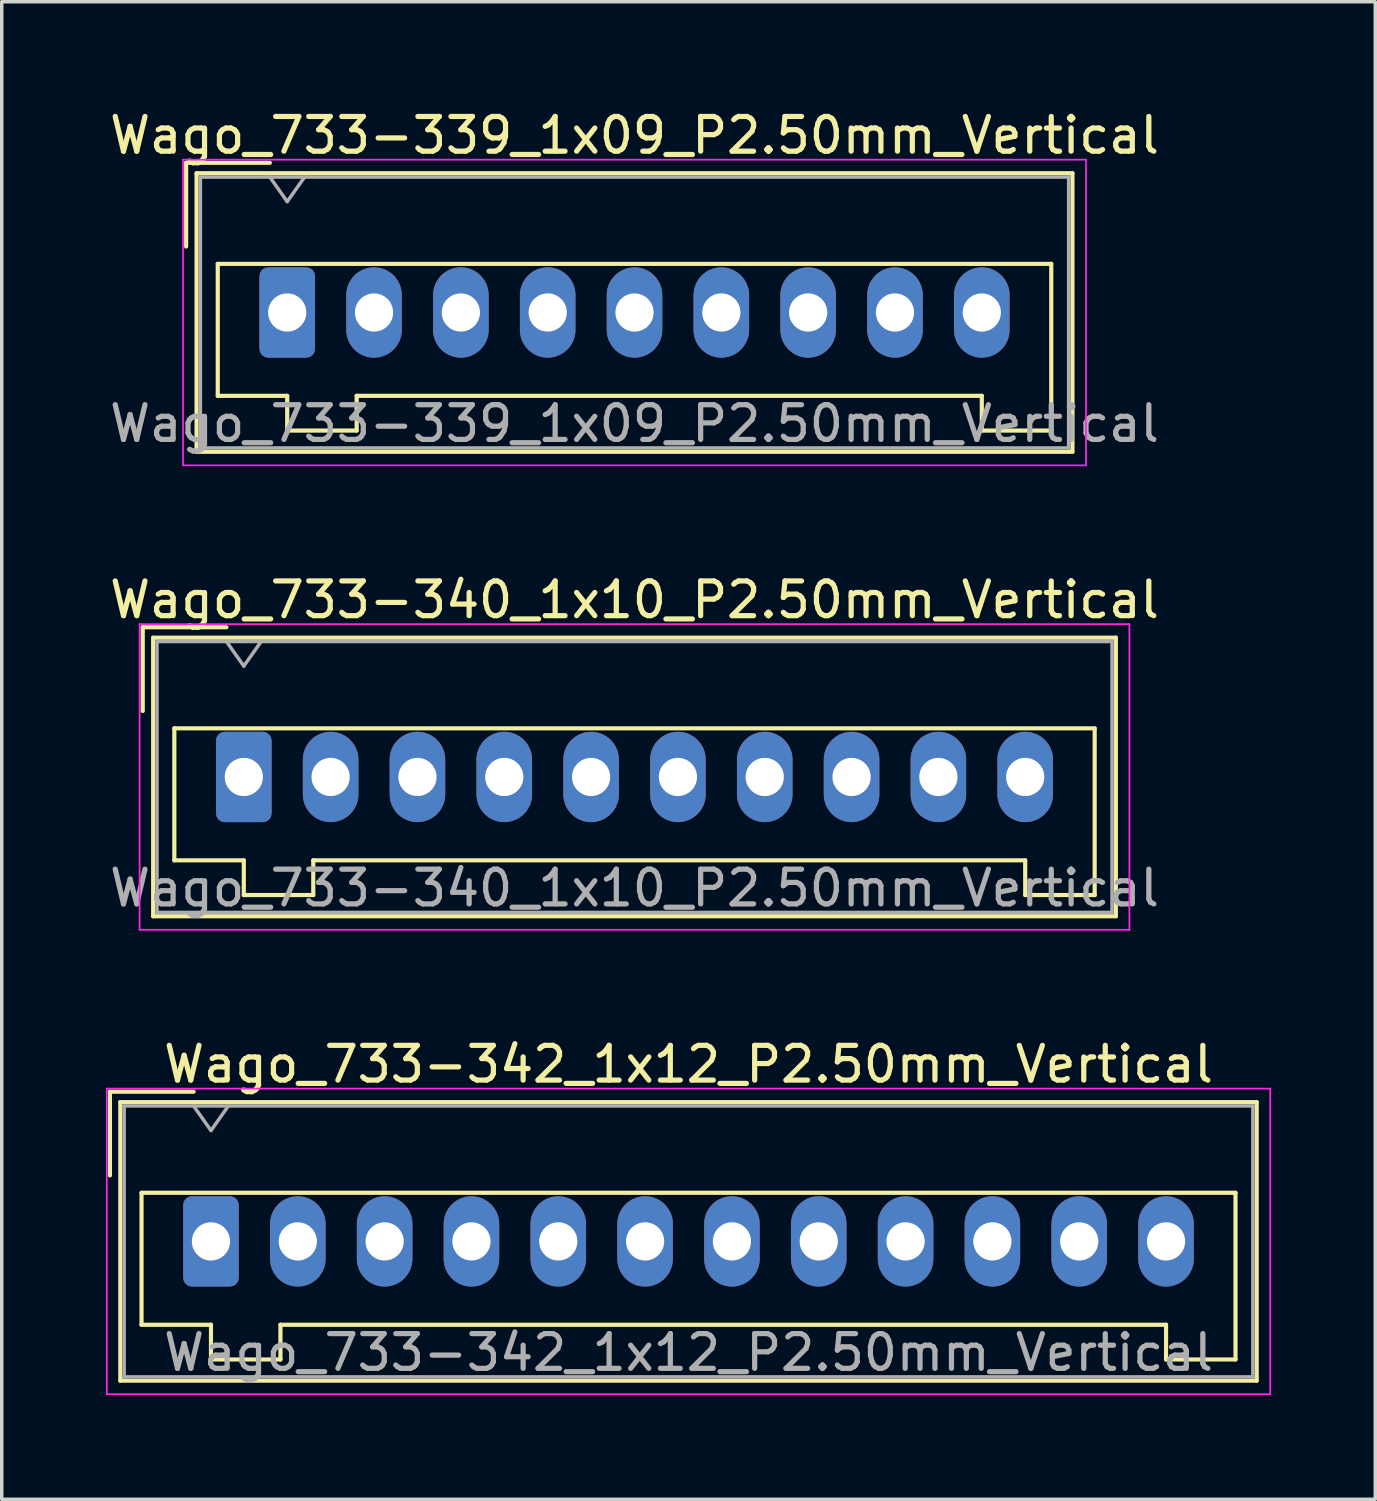
<source format=kicad_pcb>
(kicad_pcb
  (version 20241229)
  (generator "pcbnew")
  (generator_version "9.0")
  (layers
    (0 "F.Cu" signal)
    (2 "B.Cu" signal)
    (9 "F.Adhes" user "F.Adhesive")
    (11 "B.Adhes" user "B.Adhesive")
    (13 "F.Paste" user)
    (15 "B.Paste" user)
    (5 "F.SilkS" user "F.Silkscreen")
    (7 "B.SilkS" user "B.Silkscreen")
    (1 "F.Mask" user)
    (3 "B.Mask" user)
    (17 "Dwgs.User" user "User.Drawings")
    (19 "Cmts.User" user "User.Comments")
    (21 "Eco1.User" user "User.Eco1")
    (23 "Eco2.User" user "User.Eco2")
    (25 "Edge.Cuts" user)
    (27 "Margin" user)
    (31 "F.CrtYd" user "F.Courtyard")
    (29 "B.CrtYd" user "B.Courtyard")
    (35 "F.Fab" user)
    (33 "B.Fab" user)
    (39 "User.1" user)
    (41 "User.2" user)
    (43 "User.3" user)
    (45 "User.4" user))
  (footprint "Wago_733-342_1x12_P2.50mm_Vertical"
    (layer "F.Cu")
    (at 3.025 32.695)
    (property "Reference" "Wago_733-342_1x12_P2.50mm_Vertical" (at 13.75 -5.1 0) (layer "F.SilkS") (effects (font (size 1 1) (thickness 0.15))))
    (attr through_hole)
    (fp_line (start -2.91 -4.31) (end -0.5 -4.31) (stroke (width 0.12) (type solid)) (layer "F.SilkS"))
    (fp_line (start -2.91 -1.9) (end -2.91 -4.31) (stroke (width 0.12) (type solid)) (layer "F.SilkS"))
    (fp_line (start -2.61 -4.01) (end -2.61 4.01) (stroke (width 0.12) (type solid)) (layer "F.SilkS"))
    (fp_line (start -2.61 4.01) (end 30.11 4.01) (stroke (width 0.12) (type solid)) (layer "F.SilkS"))
    (fp_line (start -2 -1.4) (end -2 2.4) (stroke (width 0.12) (type solid)) (layer "F.SilkS"))
    (fp_line (start -2 2.4) (end 0 2.4) (stroke (width 0.12) (type solid)) (layer "F.SilkS"))
    (fp_line (start 0 2.4) (end 0 3.4) (stroke (width 0.12) (type solid)) (layer "F.SilkS"))
    (fp_line (start 0 3.4) (end 2 3.4) (stroke (width 0.12) (type solid)) (layer "F.SilkS"))
    (fp_line (start 2 2.4) (end 27.5 2.4) (stroke (width 0.12) (type solid)) (layer "F.SilkS"))
    (fp_line (start 2 3.4) (end 2 2.4) (stroke (width 0.12) (type solid)) (layer "F.SilkS"))
    (fp_line (start 27.5 2.4) (end 27.5 3.4) (stroke (width 0.12) (type solid)) (layer "F.SilkS"))
    (fp_line (start 27.5 3.4) (end 29.5 3.4) (stroke (width 0.12) (type solid)) (layer "F.SilkS"))
    (fp_line (start 29.5 -1.4) (end -2 -1.4) (stroke (width 0.12) (type solid)) (layer "F.SilkS"))
    (fp_line (start 29.5 3.4) (end 29.5 -1.4) (stroke (width 0.12) (type solid)) (layer "F.SilkS"))
    (fp_line (start 30.11 -4.01) (end -2.61 -4.01) (stroke (width 0.12) (type solid)) (layer "F.SilkS"))
    (fp_line (start 30.11 4.01) (end 30.11 -4.01) (stroke (width 0.12) (type solid)) (layer "F.SilkS"))
    (fp_line (start -3 -4.4) (end -3 4.4) (stroke (width 0.05) (type solid)) (layer "F.CrtYd"))
    (fp_line (start -3 4.4) (end 30.5 4.4) (stroke (width 0.05) (type solid)) (layer "F.CrtYd"))
    (fp_line (start 30.5 -4.4) (end -3 -4.4) (stroke (width 0.05) (type solid)) (layer "F.CrtYd"))
    (fp_line (start 30.5 4.4) (end 30.5 -4.4) (stroke (width 0.05) (type solid)) (layer "F.CrtYd"))
    (fp_line (start -2.5 -3.9) (end -2.5 3.9) (stroke (width 0.1) (type solid)) (layer "F.Fab"))
    (fp_line (start -2.5 3.9) (end 30 3.9) (stroke (width 0.1) (type solid)) (layer "F.Fab"))
    (fp_line (start -0.5 -3.9) (end 0 -3.193) (stroke (width 0.1) (type solid)) (layer "F.Fab"))
    (fp_line (start 0 -3.193) (end 0.5 -3.9) (stroke (width 0.1) (type solid)) (layer "F.Fab"))
    (fp_line (start 30 -3.9) (end -2.5 -3.9) (stroke (width 0.1) (type solid)) (layer "F.Fab"))
    (fp_line (start 30 3.9) (end 30 -3.9) (stroke (width 0.1) (type solid)) (layer "F.Fab"))
    (fp_text user "${REFERENCE}" (at 13.75 3.2 0) (layer "F.Fab") (effects (font (size 1 1) (thickness 0.15))))
    (pad "1" thru_hole roundrect (at 0 0) (size 1.6 2.6) (drill 1.1) (layers "*.Cu" "*.Mask") (roundrect_rratio 0.156))
    (pad "2" thru_hole oval (at 2.5 0) (size 1.6 2.6) (drill 1.1) (layers "*.Cu" "*.Mask"))
    (pad "3" thru_hole oval (at 5 0) (size 1.6 2.6) (drill 1.1) (layers "*.Cu" "*.Mask"))
    (pad "4" thru_hole oval (at 7.5 0) (size 1.6 2.6) (drill 1.1) (layers "*.Cu" "*.Mask"))
    (pad "5" thru_hole oval (at 10 0) (size 1.6 2.6) (drill 1.1) (layers "*.Cu" "*.Mask"))
    (pad "6" thru_hole oval (at 12.5 0) (size 1.6 2.6) (drill 1.1) (layers "*.Cu" "*.Mask"))
    (pad "7" thru_hole oval (at 15 0) (size 1.6 2.6) (drill 1.1) (layers "*.Cu" "*.Mask"))
    (pad "8" thru_hole oval (at 17.5 0) (size 1.6 2.6) (drill 1.1) (layers "*.Cu" "*.Mask"))
    (pad "9" thru_hole oval (at 20 0) (size 1.6 2.6) (drill 1.1) (layers "*.Cu" "*.Mask"))
    (pad "10" thru_hole oval (at 22.5 0) (size 1.6 2.6) (drill 1.1) (layers "*.Cu" "*.Mask"))
    (pad "11" thru_hole oval (at 25 0) (size 1.6 2.6) (drill 1.1) (layers "*.Cu" "*.Mask"))
    (pad "12" thru_hole oval (at 27.5 0) (size 1.6 2.6) (drill 1.1) (layers "*.Cu" "*.Mask")))
  (footprint "Wago_733-339_1x09_P2.50mm_Vertical"
    (layer "F.Cu")
    (at 5.22 5.948)
    (property "Reference" "Wago_733-339_1x09_P2.50mm_Vertical" (at 10 -5.1 0) (layer "F.SilkS") (effects (font (size 1 1) (thickness 0.15))))
    (attr through_hole)
    (fp_line (start -2.91 -4.31) (end -0.5 -4.31) (stroke (width 0.12) (type solid)) (layer "F.SilkS"))
    (fp_line (start -2.91 -1.9) (end -2.91 -4.31) (stroke (width 0.12) (type solid)) (layer "F.SilkS"))
    (fp_line (start -2.61 -4.01) (end -2.61 4.01) (stroke (width 0.12) (type solid)) (layer "F.SilkS"))
    (fp_line (start -2.61 4.01) (end 22.61 4.01) (stroke (width 0.12) (type solid)) (layer "F.SilkS"))
    (fp_line (start -2 -1.4) (end -2 2.4) (stroke (width 0.12) (type solid)) (layer "F.SilkS"))
    (fp_line (start -2 2.4) (end 0 2.4) (stroke (width 0.12) (type solid)) (layer "F.SilkS"))
    (fp_line (start 0 2.4) (end 0 3.4) (stroke (width 0.12) (type solid)) (layer "F.SilkS"))
    (fp_line (start 0 3.4) (end 2 3.4) (stroke (width 0.12) (type solid)) (layer "F.SilkS"))
    (fp_line (start 2 2.4) (end 20 2.4) (stroke (width 0.12) (type solid)) (layer "F.SilkS"))
    (fp_line (start 2 3.4) (end 2 2.4) (stroke (width 0.12) (type solid)) (layer "F.SilkS"))
    (fp_line (start 20 2.4) (end 20 3.4) (stroke (width 0.12) (type solid)) (layer "F.SilkS"))
    (fp_line (start 20 3.4) (end 22 3.4) (stroke (width 0.12) (type solid)) (layer "F.SilkS"))
    (fp_line (start 22 -1.4) (end -2 -1.4) (stroke (width 0.12) (type solid)) (layer "F.SilkS"))
    (fp_line (start 22 3.4) (end 22 -1.4) (stroke (width 0.12) (type solid)) (layer "F.SilkS"))
    (fp_line (start 22.61 -4.01) (end -2.61 -4.01) (stroke (width 0.12) (type solid)) (layer "F.SilkS"))
    (fp_line (start 22.61 4.01) (end 22.61 -4.01) (stroke (width 0.12) (type solid)) (layer "F.SilkS"))
    (fp_line (start -3 -4.4) (end -3 4.4) (stroke (width 0.05) (type solid)) (layer "F.CrtYd"))
    (fp_line (start -3 4.4) (end 23 4.4) (stroke (width 0.05) (type solid)) (layer "F.CrtYd"))
    (fp_line (start 23 -4.4) (end -3 -4.4) (stroke (width 0.05) (type solid)) (layer "F.CrtYd"))
    (fp_line (start 23 4.4) (end 23 -4.4) (stroke (width 0.05) (type solid)) (layer "F.CrtYd"))
    (fp_line (start -2.5 -3.9) (end -2.5 3.9) (stroke (width 0.1) (type solid)) (layer "F.Fab"))
    (fp_line (start -2.5 3.9) (end 22.5 3.9) (stroke (width 0.1) (type solid)) (layer "F.Fab"))
    (fp_line (start -0.5 -3.9) (end 0 -3.193) (stroke (width 0.1) (type solid)) (layer "F.Fab"))
    (fp_line (start 0 -3.193) (end 0.5 -3.9) (stroke (width 0.1) (type solid)) (layer "F.Fab"))
    (fp_line (start 22.5 -3.9) (end -2.5 -3.9) (stroke (width 0.1) (type solid)) (layer "F.Fab"))
    (fp_line (start 22.5 3.9) (end 22.5 -3.9) (stroke (width 0.1) (type solid)) (layer "F.Fab"))
    (fp_text user "${REFERENCE}" (at 10 3.2 0) (layer "F.Fab") (effects (font (size 1 1) (thickness 0.15))))
    (pad "1" thru_hole roundrect (at 0 0) (size 1.6 2.6) (drill 1.1) (layers "*.Cu" "*.Mask") (roundrect_rratio 0.156))
    (pad "2" thru_hole oval (at 2.5 0) (size 1.6 2.6) (drill 1.1) (layers "*.Cu" "*.Mask"))
    (pad "3" thru_hole oval (at 5 0) (size 1.6 2.6) (drill 1.1) (layers "*.Cu" "*.Mask"))
    (pad "4" thru_hole oval (at 7.5 0) (size 1.6 2.6) (drill 1.1) (layers "*.Cu" "*.Mask"))
    (pad "5" thru_hole oval (at 10 0) (size 1.6 2.6) (drill 1.1) (layers "*.Cu" "*.Mask"))
    (pad "6" thru_hole oval (at 12.5 0) (size 1.6 2.6) (drill 1.1) (layers "*.Cu" "*.Mask"))
    (pad "7" thru_hole oval (at 15 0) (size 1.6 2.6) (drill 1.1) (layers "*.Cu" "*.Mask"))
    (pad "8" thru_hole oval (at 17.5 0) (size 1.6 2.6) (drill 1.1) (layers "*.Cu" "*.Mask"))
    (pad "9" thru_hole oval (at 20 0) (size 1.6 2.6) (drill 1.1) (layers "*.Cu" "*.Mask")))
  (footprint "Wago_733-340_1x10_P2.50mm_Vertical"
    (layer "F.Cu")
    (at 3.97 19.322)
    (property "Reference" "Wago_733-340_1x10_P2.50mm_Vertical" (at 11.25 -5.1 0) (layer "F.SilkS") (effects (font (size 1 1) (thickness 0.15))))
    (attr through_hole)
    (fp_line (start -2.91 -4.31) (end -0.5 -4.31) (stroke (width 0.12) (type solid)) (layer "F.SilkS"))
    (fp_line (start -2.91 -1.9) (end -2.91 -4.31) (stroke (width 0.12) (type solid)) (layer "F.SilkS"))
    (fp_line (start -2.61 -4.01) (end -2.61 4.01) (stroke (width 0.12) (type solid)) (layer "F.SilkS"))
    (fp_line (start -2.61 4.01) (end 25.11 4.01) (stroke (width 0.12) (type solid)) (layer "F.SilkS"))
    (fp_line (start -2 -1.4) (end -2 2.4) (stroke (width 0.12) (type solid)) (layer "F.SilkS"))
    (fp_line (start -2 2.4) (end 0 2.4) (stroke (width 0.12) (type solid)) (layer "F.SilkS"))
    (fp_line (start 0 2.4) (end 0 3.4) (stroke (width 0.12) (type solid)) (layer "F.SilkS"))
    (fp_line (start 0 3.4) (end 2 3.4) (stroke (width 0.12) (type solid)) (layer "F.SilkS"))
    (fp_line (start 2 2.4) (end 22.5 2.4) (stroke (width 0.12) (type solid)) (layer "F.SilkS"))
    (fp_line (start 2 3.4) (end 2 2.4) (stroke (width 0.12) (type solid)) (layer "F.SilkS"))
    (fp_line (start 22.5 2.4) (end 22.5 3.4) (stroke (width 0.12) (type solid)) (layer "F.SilkS"))
    (fp_line (start 22.5 3.4) (end 24.5 3.4) (stroke (width 0.12) (type solid)) (layer "F.SilkS"))
    (fp_line (start 24.5 -1.4) (end -2 -1.4) (stroke (width 0.12) (type solid)) (layer "F.SilkS"))
    (fp_line (start 24.5 3.4) (end 24.5 -1.4) (stroke (width 0.12) (type solid)) (layer "F.SilkS"))
    (fp_line (start 25.11 -4.01) (end -2.61 -4.01) (stroke (width 0.12) (type solid)) (layer "F.SilkS"))
    (fp_line (start 25.11 4.01) (end 25.11 -4.01) (stroke (width 0.12) (type solid)) (layer "F.SilkS"))
    (fp_line (start -3 -4.4) (end -3 4.4) (stroke (width 0.05) (type solid)) (layer "F.CrtYd"))
    (fp_line (start -3 4.4) (end 25.5 4.4) (stroke (width 0.05) (type solid)) (layer "F.CrtYd"))
    (fp_line (start 25.5 -4.4) (end -3 -4.4) (stroke (width 0.05) (type solid)) (layer "F.CrtYd"))
    (fp_line (start 25.5 4.4) (end 25.5 -4.4) (stroke (width 0.05) (type solid)) (layer "F.CrtYd"))
    (fp_line (start -2.5 -3.9) (end -2.5 3.9) (stroke (width 0.1) (type solid)) (layer "F.Fab"))
    (fp_line (start -2.5 3.9) (end 25 3.9) (stroke (width 0.1) (type solid)) (layer "F.Fab"))
    (fp_line (start -0.5 -3.9) (end 0 -3.193) (stroke (width 0.1) (type solid)) (layer "F.Fab"))
    (fp_line (start 0 -3.193) (end 0.5 -3.9) (stroke (width 0.1) (type solid)) (layer "F.Fab"))
    (fp_line (start 25 -3.9) (end -2.5 -3.9) (stroke (width 0.1) (type solid)) (layer "F.Fab"))
    (fp_line (start 25 3.9) (end 25 -3.9) (stroke (width 0.1) (type solid)) (layer "F.Fab"))
    (fp_text user "${REFERENCE}" (at 11.25 3.2 0) (layer "F.Fab") (effects (font (size 1 1) (thickness 0.15))))
    (pad "1" thru_hole roundrect (at 0 0) (size 1.6 2.6) (drill 1.1) (layers "*.Cu" "*.Mask") (roundrect_rratio 0.156))
    (pad "2" thru_hole oval (at 2.5 0) (size 1.6 2.6) (drill 1.1) (layers "*.Cu" "*.Mask"))
    (pad "3" thru_hole oval (at 5 0) (size 1.6 2.6) (drill 1.1) (layers "*.Cu" "*.Mask"))
    (pad "4" thru_hole oval (at 7.5 0) (size 1.6 2.6) (drill 1.1) (layers "*.Cu" "*.Mask"))
    (pad "5" thru_hole oval (at 10 0) (size 1.6 2.6) (drill 1.1) (layers "*.Cu" "*.Mask"))
    (pad "6" thru_hole oval (at 12.5 0) (size 1.6 2.6) (drill 1.1) (layers "*.Cu" "*.Mask"))
    (pad "7" thru_hole oval (at 15 0) (size 1.6 2.6) (drill 1.1) (layers "*.Cu" "*.Mask"))
    (pad "8" thru_hole oval (at 17.5 0) (size 1.6 2.6) (drill 1.1) (layers "*.Cu" "*.Mask"))
    (pad "9" thru_hole oval (at 20 0) (size 1.6 2.6) (drill 1.1) (layers "*.Cu" "*.Mask"))
    (pad "10" thru_hole oval (at 22.5 0) (size 1.6 2.6) (drill 1.1) (layers "*.Cu" "*.Mask")))
  (gr_rect
    (start -3 -3)
    (end 36.55 40.12)
    (stroke (width 0.1) (type default))
    (fill no)
    (layer "Edge.Cuts")))
</source>
